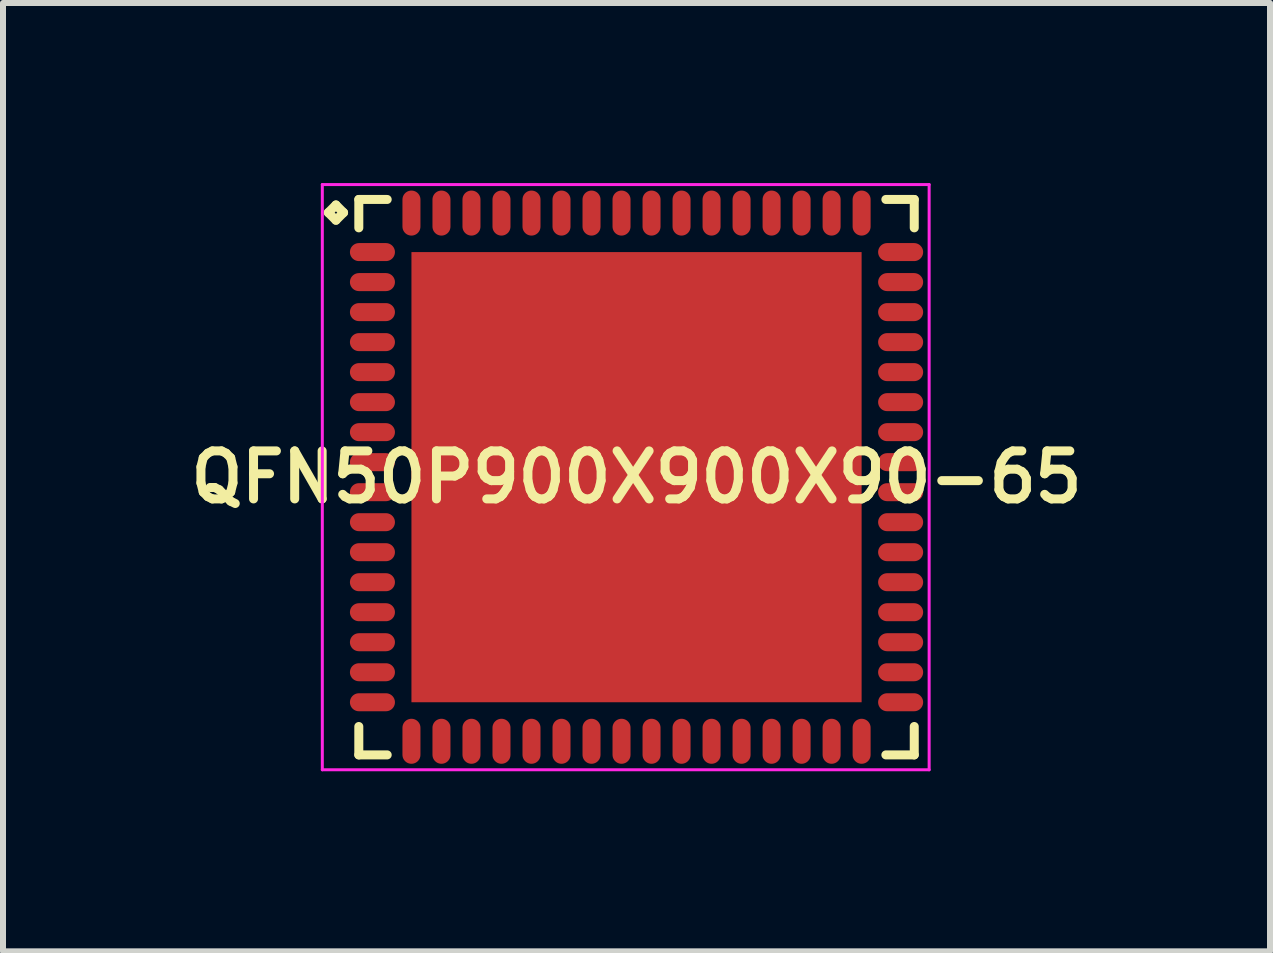
<source format=kicad_pcb>
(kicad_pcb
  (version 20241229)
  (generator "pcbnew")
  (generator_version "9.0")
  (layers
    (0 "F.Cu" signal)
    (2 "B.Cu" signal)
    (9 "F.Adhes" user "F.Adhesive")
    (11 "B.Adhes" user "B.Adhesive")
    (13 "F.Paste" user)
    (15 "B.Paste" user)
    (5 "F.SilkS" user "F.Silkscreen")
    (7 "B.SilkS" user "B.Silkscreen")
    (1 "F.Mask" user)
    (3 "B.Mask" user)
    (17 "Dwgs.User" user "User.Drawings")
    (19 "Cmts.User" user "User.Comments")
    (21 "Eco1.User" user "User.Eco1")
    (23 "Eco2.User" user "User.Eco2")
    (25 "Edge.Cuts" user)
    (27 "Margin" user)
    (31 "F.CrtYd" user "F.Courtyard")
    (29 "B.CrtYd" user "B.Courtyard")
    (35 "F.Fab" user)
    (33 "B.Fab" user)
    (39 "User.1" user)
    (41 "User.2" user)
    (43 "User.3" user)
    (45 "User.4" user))
  (footprint "QFN50P900X900X90-65"
    (layer "F.Cu")
    (at 7.555 4.9)
    (property "Reference" "QFN50P900X900X90-65" (at 0 0 0) (layer "F.SilkS") (effects (font (size 0.8 0.8) (thickness 0.15))))
    (attr smd)
    (fp_line (start -5.135 -4.408) (end -5.008 -4.535) (stroke (width 0.15) (type solid)) (layer "F.SilkS"))
    (fp_line (start -5.008 -4.535) (end -4.881 -4.408) (stroke (width 0.15) (type solid)) (layer "F.SilkS"))
    (fp_line (start -5.008 -4.281) (end -5.135 -4.408) (stroke (width 0.15) (type solid)) (layer "F.SilkS"))
    (fp_line (start -4.881 -4.408) (end -5.008 -4.281) (stroke (width 0.15) (type solid)) (layer "F.SilkS"))
    (fp_line (start -4.627 -4.627) (end -4.154 -4.627) (stroke (width 0.15) (type solid)) (layer "F.SilkS"))
    (fp_line (start -4.627 -4.154) (end -4.627 -4.627) (stroke (width 0.15) (type solid)) (layer "F.SilkS"))
    (fp_line (start -4.627 4.154) (end -4.627 4.627) (stroke (width 0.15) (type solid)) (layer "F.SilkS"))
    (fp_line (start -4.627 4.627) (end -4.154 4.627) (stroke (width 0.15) (type solid)) (layer "F.SilkS"))
    (fp_line (start 4.154 -4.627) (end 4.627 -4.627) (stroke (width 0.15) (type solid)) (layer "F.SilkS"))
    (fp_line (start 4.154 4.627) (end 4.627 4.627) (stroke (width 0.15) (type solid)) (layer "F.SilkS"))
    (fp_line (start 4.627 -4.627) (end 4.627 -4.154) (stroke (width 0.15) (type solid)) (layer "F.SilkS"))
    (fp_line (start 4.627 4.627) (end 4.627 4.154) (stroke (width 0.15) (type solid)) (layer "F.SilkS"))
    (fp_line (start -5.235 -4.875) (end 4.875 -4.875) (stroke (width 0.05) (type solid)) (layer "F.CrtYd"))
    (fp_line (start -5.235 4.875) (end -5.235 -4.875) (stroke (width 0.05) (type solid)) (layer "F.CrtYd"))
    (fp_line (start 4.875 -4.875) (end 4.875 4.875) (stroke (width 0.05) (type solid)) (layer "F.CrtYd"))
    (fp_line (start 4.875 4.875) (end -5.235 4.875) (stroke (width 0.05) (type solid)) (layer "F.CrtYd"))
    (pad "1" smd oval (at -4.4 -3.75) (size 0.75 0.3) (layers "F.Cu" "F.Mask" "F.Paste"))
    (pad "2" smd oval (at -4.4 -3.25) (size 0.75 0.3) (layers "F.Cu" "F.Mask" "F.Paste"))
    (pad "3" smd oval (at -4.4 -2.75) (size 0.75 0.3) (layers "F.Cu" "F.Mask" "F.Paste"))
    (pad "4" smd oval (at -4.4 -2.25) (size 0.75 0.3) (layers "F.Cu" "F.Mask" "F.Paste"))
    (pad "5" smd oval (at -4.4 -1.75) (size 0.75 0.3) (layers "F.Cu" "F.Mask" "F.Paste"))
    (pad "6" smd oval (at -4.4 -1.25) (size 0.75 0.3) (layers "F.Cu" "F.Mask" "F.Paste"))
    (pad "7" smd oval (at -4.4 -0.75) (size 0.75 0.3) (layers "F.Cu" "F.Mask" "F.Paste"))
    (pad "8" smd oval (at -4.4 -0.25) (size 0.75 0.3) (layers "F.Cu" "F.Mask" "F.Paste"))
    (pad "9" smd oval (at -4.4 0.25) (size 0.75 0.3) (layers "F.Cu" "F.Mask" "F.Paste"))
    (pad "10" smd oval (at -4.4 0.75) (size 0.75 0.3) (layers "F.Cu" "F.Mask" "F.Paste"))
    (pad "11" smd oval (at -4.4 1.25) (size 0.75 0.3) (layers "F.Cu" "F.Mask" "F.Paste"))
    (pad "12" smd oval (at -4.4 1.75) (size 0.75 0.3) (layers "F.Cu" "F.Mask" "F.Paste"))
    (pad "13" smd oval (at -4.4 2.25) (size 0.75 0.3) (layers "F.Cu" "F.Mask" "F.Paste"))
    (pad "14" smd oval (at -4.4 2.75) (size 0.75 0.3) (layers "F.Cu" "F.Mask" "F.Paste"))
    (pad "15" smd oval (at -4.4 3.25) (size 0.75 0.3) (layers "F.Cu" "F.Mask" "F.Paste"))
    (pad "16" smd oval (at -4.4 3.75) (size 0.75 0.3) (layers "F.Cu" "F.Mask" "F.Paste"))
    (pad "17" smd oval (at -3.75 4.4) (size 0.3 0.75) (layers "F.Cu" "F.Mask" "F.Paste"))
    (pad "18" smd oval (at -3.25 4.4) (size 0.3 0.75) (layers "F.Cu" "F.Mask" "F.Paste"))
    (pad "19" smd oval (at -2.75 4.4) (size 0.3 0.75) (layers "F.Cu" "F.Mask" "F.Paste"))
    (pad "20" smd oval (at -2.25 4.4) (size 0.3 0.75) (layers "F.Cu" "F.Mask" "F.Paste"))
    (pad "21" smd oval (at -1.75 4.4) (size 0.3 0.75) (layers "F.Cu" "F.Mask" "F.Paste"))
    (pad "22" smd oval (at -1.25 4.4) (size 0.3 0.75) (layers "F.Cu" "F.Mask" "F.Paste"))
    (pad "23" smd oval (at -0.75 4.4) (size 0.3 0.75) (layers "F.Cu" "F.Mask" "F.Paste"))
    (pad "24" smd oval (at -0.25 4.4) (size 0.3 0.75) (layers "F.Cu" "F.Mask" "F.Paste"))
    (pad "25" smd oval (at 0.25 4.4) (size 0.3 0.75) (layers "F.Cu" "F.Mask" "F.Paste"))
    (pad "26" smd oval (at 0.75 4.4) (size 0.3 0.75) (layers "F.Cu" "F.Mask" "F.Paste"))
    (pad "27" smd oval (at 1.25 4.4) (size 0.3 0.75) (layers "F.Cu" "F.Mask" "F.Paste"))
    (pad "28" smd oval (at 1.75 4.4) (size 0.3 0.75) (layers "F.Cu" "F.Mask" "F.Paste"))
    (pad "29" smd oval (at 2.25 4.4) (size 0.3 0.75) (layers "F.Cu" "F.Mask" "F.Paste"))
    (pad "30" smd oval (at 2.75 4.4) (size 0.3 0.75) (layers "F.Cu" "F.Mask" "F.Paste"))
    (pad "31" smd oval (at 3.25 4.4) (size 0.3 0.75) (layers "F.Cu" "F.Mask" "F.Paste"))
    (pad "32" smd oval (at 3.75 4.4) (size 0.3 0.75) (layers "F.Cu" "F.Mask" "F.Paste"))
    (pad "33" smd oval (at 4.4 3.75) (size 0.75 0.3) (layers "F.Cu" "F.Mask" "F.Paste"))
    (pad "34" smd oval (at 4.4 3.25) (size 0.75 0.3) (layers "F.Cu" "F.Mask" "F.Paste"))
    (pad "35" smd oval (at 4.4 2.75) (size 0.75 0.3) (layers "F.Cu" "F.Mask" "F.Paste"))
    (pad "36" smd oval (at 4.4 2.25) (size 0.75 0.3) (layers "F.Cu" "F.Mask" "F.Paste"))
    (pad "37" smd oval (at 4.4 1.75) (size 0.75 0.3) (layers "F.Cu" "F.Mask" "F.Paste"))
    (pad "38" smd oval (at 4.4 1.25) (size 0.75 0.3) (layers "F.Cu" "F.Mask" "F.Paste"))
    (pad "39" smd oval (at 4.4 0.75) (size 0.75 0.3) (layers "F.Cu" "F.Mask" "F.Paste"))
    (pad "40" smd oval (at 4.4 0.25) (size 0.75 0.3) (layers "F.Cu" "F.Mask" "F.Paste"))
    (pad "41" smd oval (at 4.4 -0.25) (size 0.75 0.3) (layers "F.Cu" "F.Mask" "F.Paste"))
    (pad "42" smd oval (at 4.4 -0.75) (size 0.75 0.3) (layers "F.Cu" "F.Mask" "F.Paste"))
    (pad "43" smd oval (at 4.4 -1.25) (size 0.75 0.3) (layers "F.Cu" "F.Mask" "F.Paste"))
    (pad "44" smd oval (at 4.4 -1.75) (size 0.75 0.3) (layers "F.Cu" "F.Mask" "F.Paste"))
    (pad "45" smd oval (at 4.4 -2.25) (size 0.75 0.3) (layers "F.Cu" "F.Mask" "F.Paste"))
    (pad "46" smd oval (at 4.4 -2.75) (size 0.75 0.3) (layers "F.Cu" "F.Mask" "F.Paste"))
    (pad "47" smd oval (at 4.4 -3.25) (size 0.75 0.3) (layers "F.Cu" "F.Mask" "F.Paste"))
    (pad "48" smd oval (at 4.4 -3.75) (size 0.75 0.3) (layers "F.Cu" "F.Mask" "F.Paste"))
    (pad "49" smd oval (at 3.75 -4.4) (size 0.3 0.75) (layers "F.Cu" "F.Mask" "F.Paste"))
    (pad "50" smd oval (at 3.25 -4.4) (size 0.3 0.75) (layers "F.Cu" "F.Mask" "F.Paste"))
    (pad "51" smd oval (at 2.75 -4.4) (size 0.3 0.75) (layers "F.Cu" "F.Mask" "F.Paste"))
    (pad "52" smd oval (at 2.25 -4.4) (size 0.3 0.75) (layers "F.Cu" "F.Mask" "F.Paste"))
    (pad "53" smd oval (at 1.75 -4.4) (size 0.3 0.75) (layers "F.Cu" "F.Mask" "F.Paste"))
    (pad "54" smd oval (at 1.25 -4.4) (size 0.3 0.75) (layers "F.Cu" "F.Mask" "F.Paste"))
    (pad "55" smd oval (at 0.75 -4.4) (size 0.3 0.75) (layers "F.Cu" "F.Mask" "F.Paste"))
    (pad "56" smd oval (at 0.25 -4.4) (size 0.3 0.75) (layers "F.Cu" "F.Mask" "F.Paste"))
    (pad "57" smd oval (at -0.25 -4.4) (size 0.3 0.75) (layers "F.Cu" "F.Mask" "F.Paste"))
    (pad "58" smd oval (at -0.75 -4.4) (size 0.3 0.75) (layers "F.Cu" "F.Mask" "F.Paste"))
    (pad "59" smd oval (at -1.25 -4.4) (size 0.3 0.75) (layers "F.Cu" "F.Mask" "F.Paste"))
    (pad "60" smd oval (at -1.75 -4.4) (size 0.3 0.75) (layers "F.Cu" "F.Mask" "F.Paste"))
    (pad "61" smd oval (at -2.25 -4.4) (size 0.3 0.75) (layers "F.Cu" "F.Mask" "F.Paste"))
    (pad "62" smd oval (at -2.75 -4.4) (size 0.3 0.75) (layers "F.Cu" "F.Mask" "F.Paste"))
    (pad "63" smd oval (at -3.25 -4.4) (size 0.3 0.75) (layers "F.Cu" "F.Mask" "F.Paste"))
    (pad "64" smd oval (at -3.75 -4.4) (size 0.3 0.75) (layers "F.Cu" "F.Mask" "F.Paste"))
    (pad "65" smd rect (at 0 0) (size 7.5 7.5) (layers "F.Cu" "F.Mask" "F.Paste")))
  (gr_rect
    (start -3 -3)
    (end 18.109 12.8)
    (stroke (width 0.1) (type default))
    (fill no)
    (layer "Edge.Cuts")))
</source>
